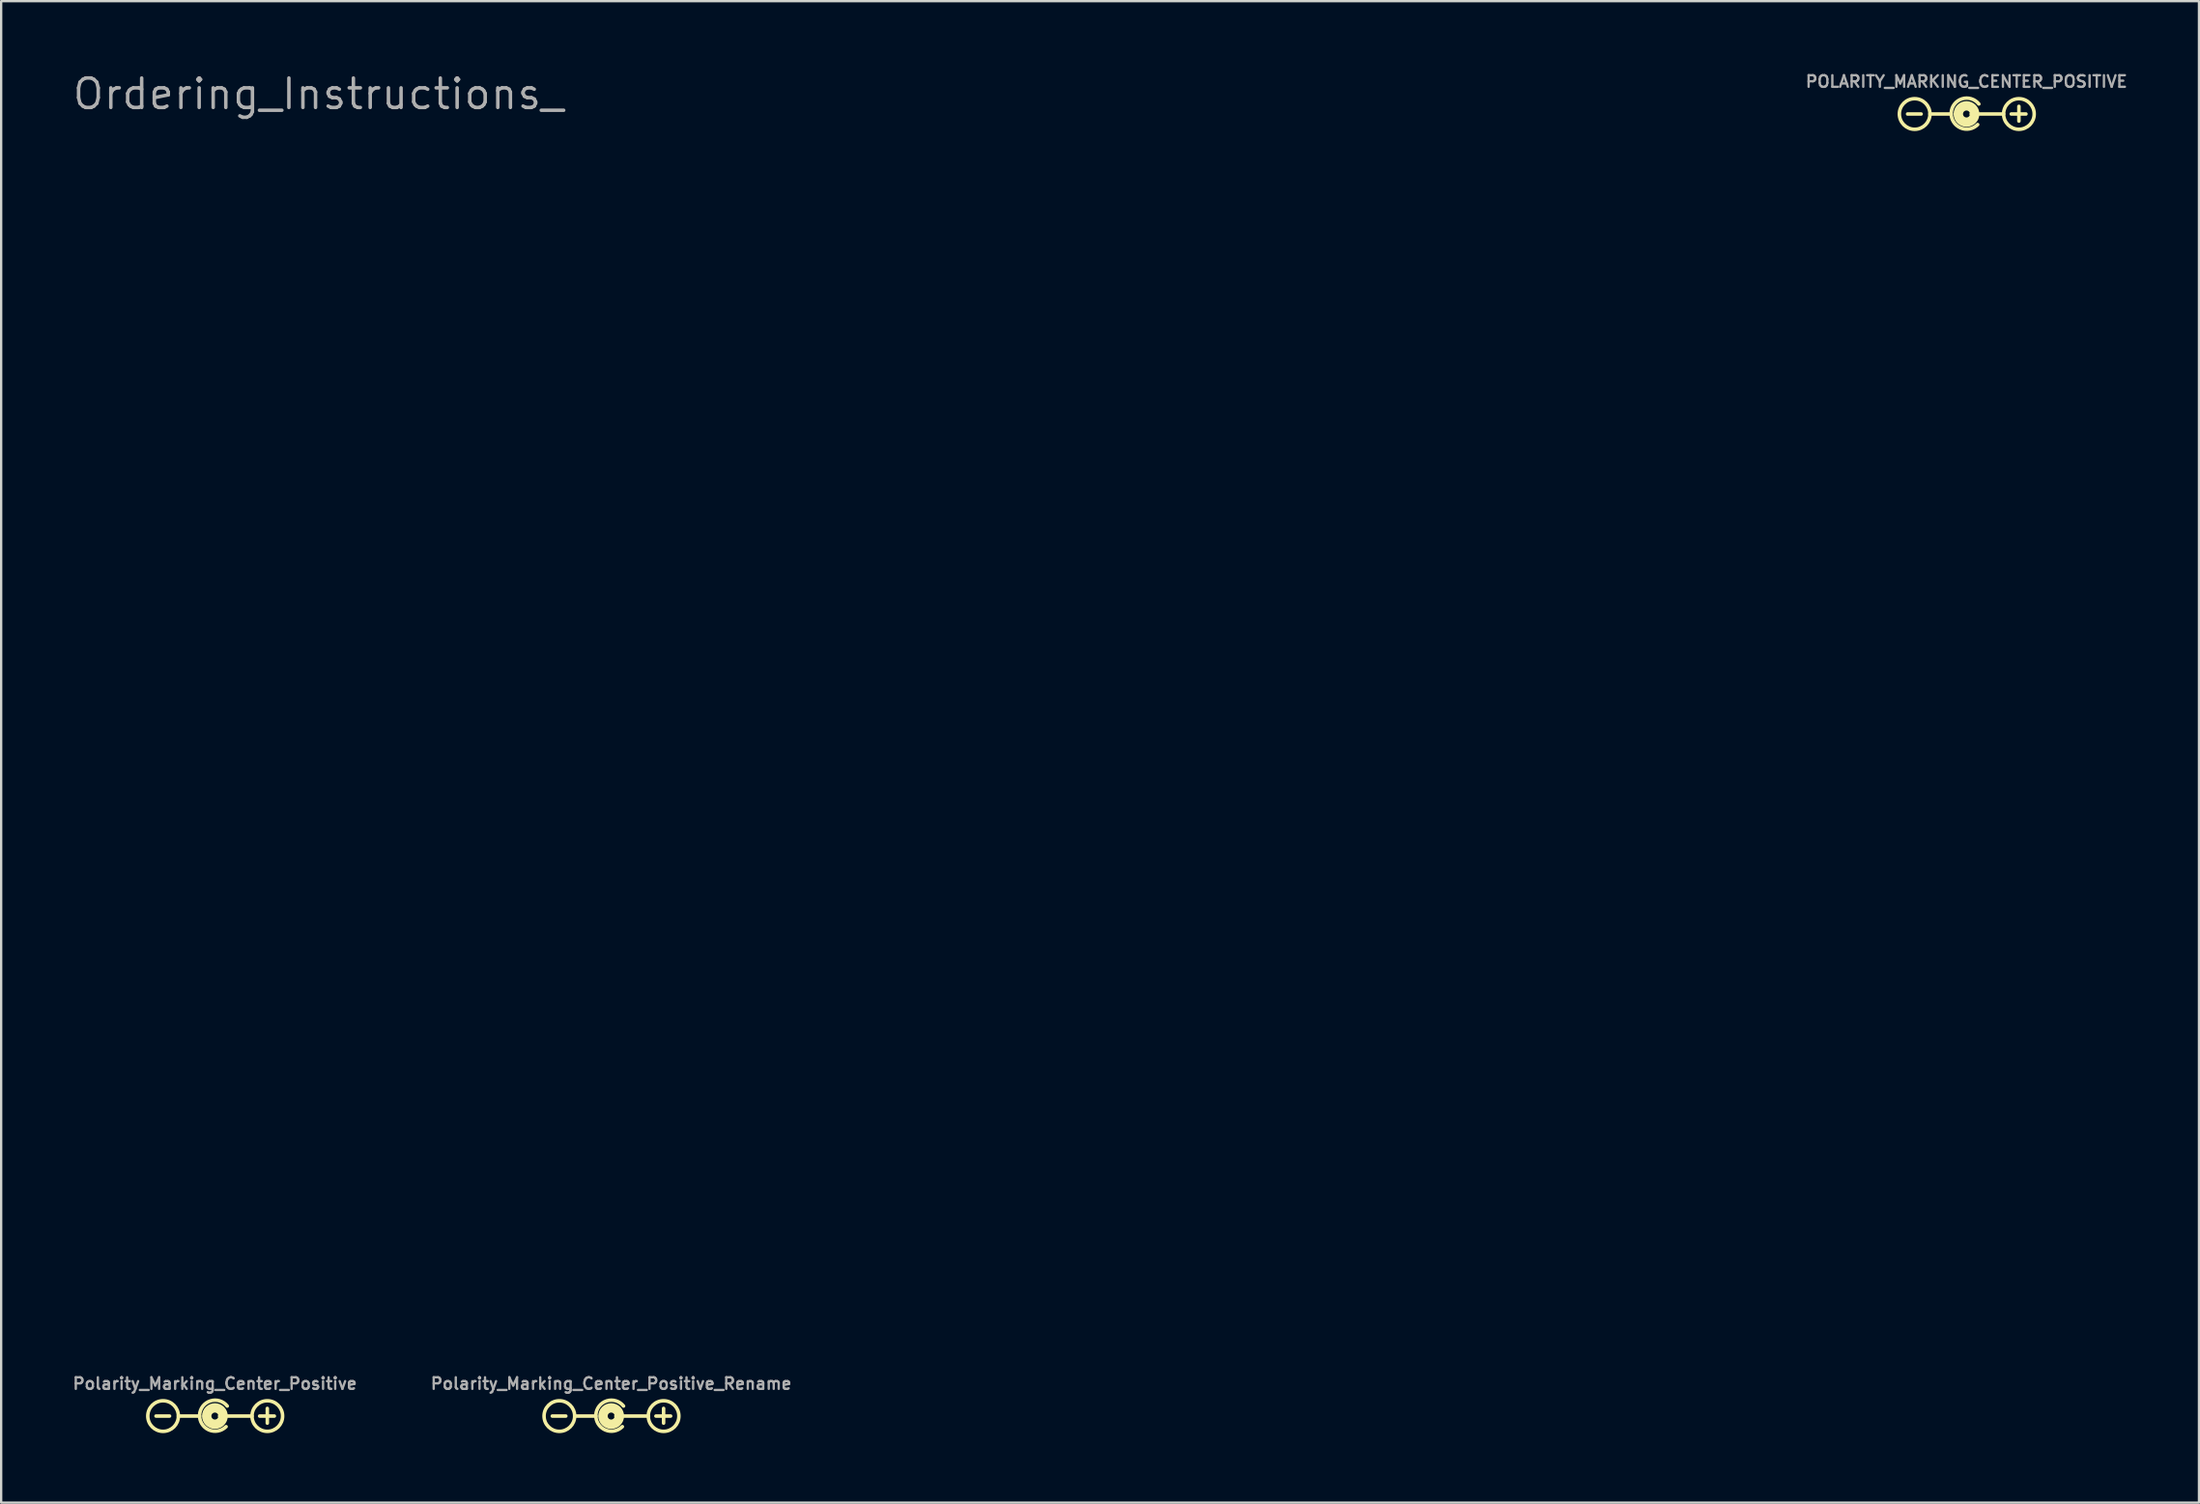
<source format=kicad_pcb>
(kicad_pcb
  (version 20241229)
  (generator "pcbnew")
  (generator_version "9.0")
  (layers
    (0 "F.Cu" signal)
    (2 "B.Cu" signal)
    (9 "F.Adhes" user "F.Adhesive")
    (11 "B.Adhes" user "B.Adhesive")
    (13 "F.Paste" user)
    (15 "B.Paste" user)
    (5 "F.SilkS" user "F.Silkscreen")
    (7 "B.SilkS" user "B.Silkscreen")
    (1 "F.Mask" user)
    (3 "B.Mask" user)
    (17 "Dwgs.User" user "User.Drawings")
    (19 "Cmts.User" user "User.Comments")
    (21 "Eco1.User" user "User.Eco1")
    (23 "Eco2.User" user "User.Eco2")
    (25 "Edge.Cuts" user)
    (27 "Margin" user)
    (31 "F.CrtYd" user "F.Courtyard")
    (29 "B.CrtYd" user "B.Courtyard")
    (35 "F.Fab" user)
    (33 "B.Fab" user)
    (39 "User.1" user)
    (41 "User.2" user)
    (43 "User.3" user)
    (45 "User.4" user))
  (footprint "Polarity_Marking_Center_Positive"
    (layer "F.Cu")
    (at 6.219 58.044)
    (property "Reference" "Polarity_Marking_Center_Positive" (at 0 -1.4 0) (layer "F.Fab") (effects (font (size 0.5 0.5) (thickness 0.1))))
    (fp_line (start -2.54 0) (end -1.956 0) (stroke (width 0.152) (type solid)) (layer "F.SilkS"))
    (fp_line (start -1.575 0) (end -0.66 0) (stroke (width 0.152) (type solid)) (layer "F.SilkS"))
    (fp_line (start 0.203 0) (end 1.6 0) (stroke (width 0.152) (type solid)) (layer "F.SilkS"))
    (fp_line (start 1.93 0) (end 2.565 0) (stroke (width 0.152) (type solid)) (layer "F.SilkS"))
    (fp_line (start 2.261 -0.33) (end 2.261 0.305) (stroke (width 0.152) (type solid)) (layer "F.SilkS"))
    (fp_arc (start 0.4826 0.457201) (mid -0.659547 -0.054017) (end 0.5334 -0.4318) (stroke (width 0.1524) (type solid)) (layer "F.SilkS"))
    (fp_circle (center -2.235 0) (end -1.575 0) (stroke (width 0.152) (type solid)) (fill no) (layer "F.SilkS"))
    (fp_circle (center 0 0) (end 0.15 0) (stroke (width 0.406) (type solid)) (fill no) (layer "F.SilkS"))
    (fp_circle (center 2.261 0) (end 2.921 0) (stroke (width 0.152) (type solid)) (fill no) (layer "F.SilkS")))
  (footprint "Polarity_Marking_Center_Positive_Rename"
    (layer "F.Cu")
    (at 23.312 58.044)
    (property "Reference" "Polarity_Marking_Center_Positive_Rename" (at 0 -1.4 0) (layer "F.Fab") (effects (font (size 0.5 0.5) (thickness 0.1))))
    (fp_line (start -2.54 0) (end -1.956 0) (stroke (width 0.152) (type solid)) (layer "F.SilkS"))
    (fp_line (start -1.575 0) (end -0.66 0) (stroke (width 0.152) (type solid)) (layer "F.SilkS"))
    (fp_line (start 0.203 0) (end 1.6 0) (stroke (width 0.152) (type solid)) (layer "F.SilkS"))
    (fp_line (start 1.93 0) (end 2.565 0) (stroke (width 0.152) (type solid)) (layer "F.SilkS"))
    (fp_line (start 2.261 -0.33) (end 2.261 0.305) (stroke (width 0.152) (type solid)) (layer "F.SilkS"))
    (fp_arc (start 0.4826 0.457201) (mid -0.659547 -0.054017) (end 0.5334 -0.4318) (stroke (width 0.1524) (type solid)) (layer "F.SilkS"))
    (fp_circle (center -2.235 0) (end -1.575 0) (stroke (width 0.152) (type solid)) (fill no) (layer "F.SilkS"))
    (fp_circle (center 0 0) (end 0.15 0) (stroke (width 0.406) (type solid)) (fill no) (layer "F.SilkS"))
    (fp_circle (center 2.261 0) (end 2.921 0) (stroke (width 0.152) (type solid)) (fill no) (layer "F.SilkS")))
  (footprint "POLARITY_MARKING_CENTER_POSITIVE"
    (layer "F.Cu")
    (at 81.772 1.868)
    (property "Reference" "POLARITY_MARKING_CENTER_POSITIVE" (at 0 -1.4 0) (layer "F.Fab") (effects (font (size 0.5 0.5) (thickness 0.1))))
    (fp_line (start -2.54 0) (end -1.956 0) (stroke (width 0.152) (type solid)) (layer "F.SilkS"))
    (fp_line (start -1.575 0) (end -0.66 0) (stroke (width 0.152) (type solid)) (layer "F.SilkS"))
    (fp_line (start 0.203 0) (end 1.6 0) (stroke (width 0.152) (type solid)) (layer "F.SilkS"))
    (fp_line (start 1.93 0) (end 2.565 0) (stroke (width 0.152) (type solid)) (layer "F.SilkS"))
    (fp_line (start 2.261 -0.33) (end 2.261 0.305) (stroke (width 0.152) (type solid)) (layer "F.SilkS"))
    (fp_arc (start 0.4826 0.457201) (mid -0.659547 -0.054017) (end 0.5334 -0.4318) (stroke (width 0.1524) (type solid)) (layer "F.SilkS"))
    (fp_circle (center -2.235 0) (end -1.575 0) (stroke (width 0.152) (type solid)) (fill no) (layer "F.SilkS"))
    (fp_circle (center 0 0) (end 0.15 0) (stroke (width 0.406) (type solid)) (fill no) (layer "F.SilkS"))
    (fp_circle (center 2.261 0) (end 2.921 0) (stroke (width 0.152) (type solid)) (fill no) (layer "F.SilkS")))
  (footprint "Ordering_Instructions_"
    (layer "F.Cu")
    (at 8.141 2.276)
    (property "Reference" "Ordering_Instructions_" (at 2.54 -1.27 0) (layer "F.Fab") (effects (font (size 1.27 1.27) (thickness 0.15))))
    (fp_line (start 0 4.445) (end 63.5 4.445) (stroke (width 0.203) (type solid)) (layer "User.1"))
    (fp_rect (start 0 0) (end 63.5 50.8) (stroke (width 0.2) (type default)) (fill no) (layer "User.1"))
    (fp_text user "Ordering Instructions:" (at 1.27 1.27 0) (layer "User.1") (effects (font (size 2.591 2.591) (thickness 0.457)) (justify left top))))
  (gr_rect
    (start -3 -3)
    (end 91.8 61.781)
    (stroke (width 0.1) (type default))
    (fill no)
    (layer "Edge.Cuts")))
</source>
